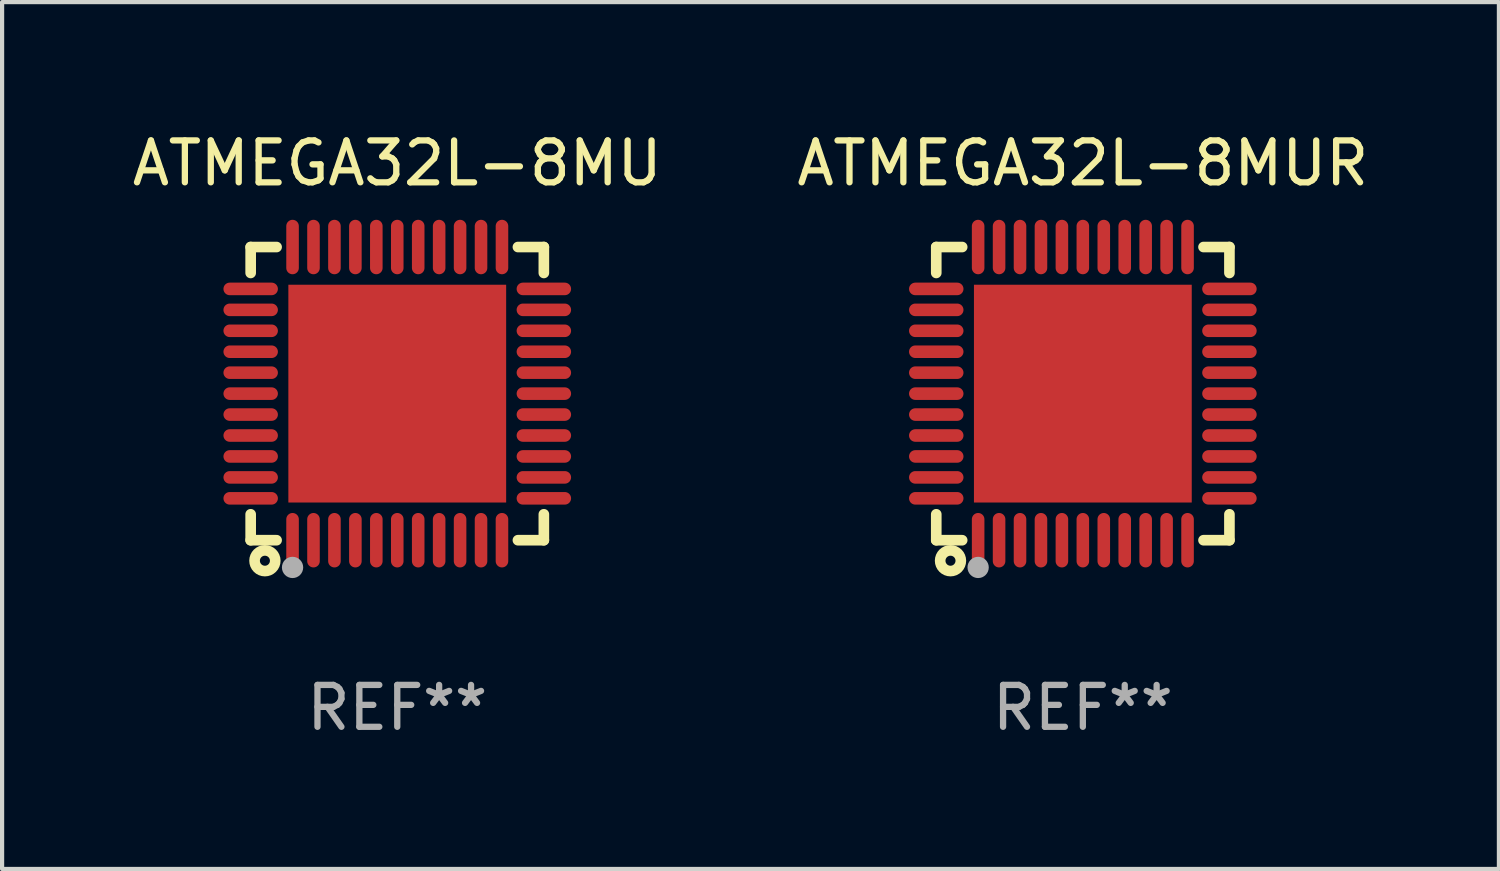
<source format=kicad_pcb>
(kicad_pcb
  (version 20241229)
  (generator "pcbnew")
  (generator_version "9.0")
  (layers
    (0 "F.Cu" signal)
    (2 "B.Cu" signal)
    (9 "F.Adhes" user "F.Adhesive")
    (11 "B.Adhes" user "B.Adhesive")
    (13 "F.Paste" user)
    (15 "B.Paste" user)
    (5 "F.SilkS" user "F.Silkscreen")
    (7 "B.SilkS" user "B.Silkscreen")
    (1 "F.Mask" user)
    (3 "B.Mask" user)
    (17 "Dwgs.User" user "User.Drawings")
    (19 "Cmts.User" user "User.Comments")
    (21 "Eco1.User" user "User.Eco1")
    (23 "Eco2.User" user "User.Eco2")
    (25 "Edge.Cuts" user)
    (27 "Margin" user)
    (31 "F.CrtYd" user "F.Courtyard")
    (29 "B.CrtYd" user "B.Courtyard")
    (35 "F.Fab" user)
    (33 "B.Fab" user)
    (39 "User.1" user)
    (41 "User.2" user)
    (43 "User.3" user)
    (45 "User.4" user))
  (footprint "ATMEGA32L-8MUR"
    (layer "F.Cu")
    (at 22.804 6.348)
    (property "Reference" "ATMEGA32L-8MUR" (at 0 -5.5 0) (layer "F.SilkS") (effects (font (size 1 1) (thickness 0.15))))
    (attr through_hole)
    (fp_line (start -3.5 -3.5) (end -2.881 -3.5) (stroke (width 0.254) (type solid)) (layer "F.SilkS"))
    (fp_line (start -3.5 -2.881) (end -3.5 -3.5) (stroke (width 0.254) (type solid)) (layer "F.SilkS"))
    (fp_line (start -3.5 3.5) (end -3.5 2.881) (stroke (width 0.254) (type solid)) (layer "F.SilkS"))
    (fp_line (start -2.881 3.5) (end -3.5 3.5) (stroke (width 0.254) (type solid)) (layer "F.SilkS"))
    (fp_line (start 2.881 -3.5) (end 3.5 -3.5) (stroke (width 0.254) (type solid)) (layer "F.SilkS"))
    (fp_line (start 3.5 -3.5) (end 3.5 -2.881) (stroke (width 0.254) (type solid)) (layer "F.SilkS"))
    (fp_line (start 3.5 2.881) (end 3.5 3.5) (stroke (width 0.254) (type solid)) (layer "F.SilkS"))
    (fp_line (start 3.5 3.5) (end 2.881 3.5) (stroke (width 0.254) (type solid)) (layer "F.SilkS"))
    (fp_circle (center -3.5 3.5) (end -3.47 3.5) (stroke (width 0.06) (type solid)) (fill no) (layer "F.SilkS"))
    (fp_circle (center -3.16 3.99) (end -3.04 3.99) (stroke (width 0.254) (type solid)) (fill no) (layer "F.SilkS"))
    (fp_circle (center -2.5 4.15) (end -2.373 4.15) (stroke (width 0.254) (type solid)) (fill no) (layer "F.Fab"))
    (fp_text user "REF**" (at 0 7.5 0) (layer "F.Fab") (effects (font (size 1 1) (thickness 0.15))))
    (pad "1" smd oval (at -2.5 3.5 90) (size 1.3 0.3) (layers "F.Cu" "F.Mask" "F.Paste"))
    (pad "2" smd oval (at -2 3.5 90) (size 1.3 0.3) (layers "F.Cu" "F.Mask" "F.Paste"))
    (pad "3" smd oval (at -1.5 3.5 90) (size 1.3 0.3) (layers "F.Cu" "F.Mask" "F.Paste"))
    (pad "4" smd oval (at -1 3.5 90) (size 1.3 0.3) (layers "F.Cu" "F.Mask" "F.Paste"))
    (pad "5" smd oval (at -0.5 3.5 90) (size 1.3 0.3) (layers "F.Cu" "F.Mask" "F.Paste"))
    (pad "6" smd oval (at -0.000127 3.5 90) (size 1.3 0.3) (layers "F.Cu" "F.Mask" "F.Paste"))
    (pad "7" smd oval (at 0.5 3.5 90) (size 1.3 0.3) (layers "F.Cu" "F.Mask" "F.Paste"))
    (pad "8" smd oval (at 1 3.5 90) (size 1.3 0.3) (layers "F.Cu" "F.Mask" "F.Paste"))
    (pad "9" smd oval (at 1.5 3.5 90) (size 1.3 0.3) (layers "F.Cu" "F.Mask" "F.Paste"))
    (pad "10" smd oval (at 2 3.5 90) (size 1.3 0.3) (layers "F.Cu" "F.Mask" "F.Paste"))
    (pad "11" smd oval (at 2.5 3.5 90) (size 1.3 0.3) (layers "F.Cu" "F.Mask" "F.Paste"))
    (pad "12" smd oval (at 3.5 2.5 90) (size 0.3 1.3) (layers "F.Cu" "F.Mask" "F.Paste"))
    (pad "13" smd oval (at 3.5 2 90) (size 0.3 1.3) (layers "F.Cu" "F.Mask" "F.Paste"))
    (pad "14" smd oval (at 3.5 1.5 90) (size 0.3 1.3) (layers "F.Cu" "F.Mask" "F.Paste"))
    (pad "15" smd oval (at 3.5 1 90) (size 0.3 1.3) (layers "F.Cu" "F.Mask" "F.Paste"))
    (pad "16" smd oval (at 3.5 0.5 90) (size 0.3 1.3) (layers "F.Cu" "F.Mask" "F.Paste"))
    (pad "17" smd oval (at 3.5 0.000127 90) (size 0.3 1.3) (layers "F.Cu" "F.Mask" "F.Paste"))
    (pad "18" smd oval (at 3.5 -0.5 90) (size 0.3 1.3) (layers "F.Cu" "F.Mask" "F.Paste"))
    (pad "19" smd oval (at 3.5 -1 90) (size 0.3 1.3) (layers "F.Cu" "F.Mask" "F.Paste"))
    (pad "20" smd oval (at 3.5 -1.5 90) (size 0.3 1.3) (layers "F.Cu" "F.Mask" "F.Paste"))
    (pad "21" smd oval (at 3.5 -2 90) (size 0.3 1.3) (layers "F.Cu" "F.Mask" "F.Paste"))
    (pad "22" smd oval (at 3.5 -2.5 90) (size 0.3 1.3) (layers "F.Cu" "F.Mask" "F.Paste"))
    (pad "23" smd oval (at 2.5 -3.5 90) (size 1.3 0.3) (layers "F.Cu" "F.Mask" "F.Paste"))
    (pad "24" smd oval (at 2 -3.5 90) (size 1.3 0.3) (layers "F.Cu" "F.Mask" "F.Paste"))
    (pad "25" smd oval (at 1.5 -3.5 90) (size 1.3 0.3) (layers "F.Cu" "F.Mask" "F.Paste"))
    (pad "26" smd oval (at 1 -3.5 90) (size 1.3 0.3) (layers "F.Cu" "F.Mask" "F.Paste"))
    (pad "27" smd oval (at 0.5 -3.5 90) (size 1.3 0.3) (layers "F.Cu" "F.Mask" "F.Paste"))
    (pad "28" smd oval (at -0.000127 -3.5 90) (size 1.3 0.3) (layers "F.Cu" "F.Mask" "F.Paste"))
    (pad "29" smd oval (at -0.5 -3.5 90) (size 1.3 0.3) (layers "F.Cu" "F.Mask" "F.Paste"))
    (pad "30" smd oval (at -1 -3.5 90) (size 1.3 0.3) (layers "F.Cu" "F.Mask" "F.Paste"))
    (pad "31" smd oval (at -1.5 -3.5 90) (size 1.3 0.3) (layers "F.Cu" "F.Mask" "F.Paste"))
    (pad "32" smd oval (at -2 -3.5 90) (size 1.3 0.3) (layers "F.Cu" "F.Mask" "F.Paste"))
    (pad "33" smd oval (at -2.5 -3.5 90) (size 1.3 0.3) (layers "F.Cu" "F.Mask" "F.Paste"))
    (pad "34" smd oval (at -3.5 -2.5 90) (size 0.3 1.3) (layers "F.Cu" "F.Mask" "F.Paste"))
    (pad "35" smd oval (at -3.5 -2 90) (size 0.3 1.3) (layers "F.Cu" "F.Mask" "F.Paste"))
    (pad "36" smd oval (at -3.5 -1.5 90) (size 0.3 1.3) (layers "F.Cu" "F.Mask" "F.Paste"))
    (pad "37" smd oval (at -3.5 -1 90) (size 0.3 1.3) (layers "F.Cu" "F.Mask" "F.Paste"))
    (pad "38" smd oval (at -3.5 -0.5 90) (size 0.3 1.3) (layers "F.Cu" "F.Mask" "F.Paste"))
    (pad "39" smd oval (at -3.5 0.000127 90) (size 0.3 1.3) (layers "F.Cu" "F.Mask" "F.Paste"))
    (pad "40" smd oval (at -3.5 0.5 90) (size 0.3 1.3) (layers "F.Cu" "F.Mask" "F.Paste"))
    (pad "41" smd oval (at -3.5 1 90) (size 0.3 1.3) (layers "F.Cu" "F.Mask" "F.Paste"))
    (pad "42" smd oval (at -3.5 1.5 90) (size 0.3 1.3) (layers "F.Cu" "F.Mask" "F.Paste"))
    (pad "43" smd oval (at -3.5 2 90) (size 0.3 1.3) (layers "F.Cu" "F.Mask" "F.Paste"))
    (pad "44" smd oval (at -3.5 2.5 90) (size 0.3 1.3) (layers "F.Cu" "F.Mask" "F.Paste"))
    (pad "45" smd rect (at -0.000127 0.000127 90) (size 5.2 5.2) (layers "F.Cu" "F.Mask" "F.Paste")))
  (footprint "ATMEGA32L-8MU"
    (layer "F.Cu")
    (at 6.435 6.348)
    (property "Reference" "ATMEGA32L-8MU" (at 0 -5.5 0) (layer "F.SilkS") (effects (font (size 1 1) (thickness 0.15))))
    (attr through_hole)
    (fp_line (start -3.5 -3.5) (end -2.881 -3.5) (stroke (width 0.254) (type solid)) (layer "F.SilkS"))
    (fp_line (start -3.5 -2.881) (end -3.5 -3.5) (stroke (width 0.254) (type solid)) (layer "F.SilkS"))
    (fp_line (start -3.5 3.5) (end -3.5 2.881) (stroke (width 0.254) (type solid)) (layer "F.SilkS"))
    (fp_line (start -2.881 3.5) (end -3.5 3.5) (stroke (width 0.254) (type solid)) (layer "F.SilkS"))
    (fp_line (start 2.881 -3.5) (end 3.5 -3.5) (stroke (width 0.254) (type solid)) (layer "F.SilkS"))
    (fp_line (start 3.5 -3.5) (end 3.5 -2.881) (stroke (width 0.254) (type solid)) (layer "F.SilkS"))
    (fp_line (start 3.5 2.881) (end 3.5 3.5) (stroke (width 0.254) (type solid)) (layer "F.SilkS"))
    (fp_line (start 3.5 3.5) (end 2.881 3.5) (stroke (width 0.254) (type solid)) (layer "F.SilkS"))
    (fp_circle (center -3.5 3.5) (end -3.47 3.5) (stroke (width 0.06) (type solid)) (fill no) (layer "F.SilkS"))
    (fp_circle (center -3.16 3.99) (end -3.04 3.99) (stroke (width 0.254) (type solid)) (fill no) (layer "F.SilkS"))
    (fp_circle (center -2.5 4.15) (end -2.373 4.15) (stroke (width 0.254) (type solid)) (fill no) (layer "F.Fab"))
    (fp_text user "REF**" (at 0 7.5 0) (layer "F.Fab") (effects (font (size 1 1) (thickness 0.15))))
    (pad "1" smd oval (at -2.5 3.5 90) (size 1.3 0.3) (layers "F.Cu" "F.Mask" "F.Paste"))
    (pad "2" smd oval (at -2 3.5 90) (size 1.3 0.3) (layers "F.Cu" "F.Mask" "F.Paste"))
    (pad "3" smd oval (at -1.5 3.5 90) (size 1.3 0.3) (layers "F.Cu" "F.Mask" "F.Paste"))
    (pad "4" smd oval (at -1 3.5 90) (size 1.3 0.3) (layers "F.Cu" "F.Mask" "F.Paste"))
    (pad "5" smd oval (at -0.5 3.5 90) (size 1.3 0.3) (layers "F.Cu" "F.Mask" "F.Paste"))
    (pad "6" smd oval (at -0.000127 3.5 90) (size 1.3 0.3) (layers "F.Cu" "F.Mask" "F.Paste"))
    (pad "7" smd oval (at 0.5 3.5 90) (size 1.3 0.3) (layers "F.Cu" "F.Mask" "F.Paste"))
    (pad "8" smd oval (at 1 3.5 90) (size 1.3 0.3) (layers "F.Cu" "F.Mask" "F.Paste"))
    (pad "9" smd oval (at 1.5 3.5 90) (size 1.3 0.3) (layers "F.Cu" "F.Mask" "F.Paste"))
    (pad "10" smd oval (at 2 3.5 90) (size 1.3 0.3) (layers "F.Cu" "F.Mask" "F.Paste"))
    (pad "11" smd oval (at 2.5 3.5 90) (size 1.3 0.3) (layers "F.Cu" "F.Mask" "F.Paste"))
    (pad "12" smd oval (at 3.5 2.5 90) (size 0.3 1.3) (layers "F.Cu" "F.Mask" "F.Paste"))
    (pad "13" smd oval (at 3.5 2 90) (size 0.3 1.3) (layers "F.Cu" "F.Mask" "F.Paste"))
    (pad "14" smd oval (at 3.5 1.5 90) (size 0.3 1.3) (layers "F.Cu" "F.Mask" "F.Paste"))
    (pad "15" smd oval (at 3.5 1 90) (size 0.3 1.3) (layers "F.Cu" "F.Mask" "F.Paste"))
    (pad "16" smd oval (at 3.5 0.5 90) (size 0.3 1.3) (layers "F.Cu" "F.Mask" "F.Paste"))
    (pad "17" smd oval (at 3.5 0.000127 90) (size 0.3 1.3) (layers "F.Cu" "F.Mask" "F.Paste"))
    (pad "18" smd oval (at 3.5 -0.5 90) (size 0.3 1.3) (layers "F.Cu" "F.Mask" "F.Paste"))
    (pad "19" smd oval (at 3.5 -1 90) (size 0.3 1.3) (layers "F.Cu" "F.Mask" "F.Paste"))
    (pad "20" smd oval (at 3.5 -1.5 90) (size 0.3 1.3) (layers "F.Cu" "F.Mask" "F.Paste"))
    (pad "21" smd oval (at 3.5 -2 90) (size 0.3 1.3) (layers "F.Cu" "F.Mask" "F.Paste"))
    (pad "22" smd oval (at 3.5 -2.5 90) (size 0.3 1.3) (layers "F.Cu" "F.Mask" "F.Paste"))
    (pad "23" smd oval (at 2.5 -3.5 90) (size 1.3 0.3) (layers "F.Cu" "F.Mask" "F.Paste"))
    (pad "24" smd oval (at 2 -3.5 90) (size 1.3 0.3) (layers "F.Cu" "F.Mask" "F.Paste"))
    (pad "25" smd oval (at 1.5 -3.5 90) (size 1.3 0.3) (layers "F.Cu" "F.Mask" "F.Paste"))
    (pad "26" smd oval (at 1 -3.5 90) (size 1.3 0.3) (layers "F.Cu" "F.Mask" "F.Paste"))
    (pad "27" smd oval (at 0.5 -3.5 90) (size 1.3 0.3) (layers "F.Cu" "F.Mask" "F.Paste"))
    (pad "28" smd oval (at -0.000127 -3.5 90) (size 1.3 0.3) (layers "F.Cu" "F.Mask" "F.Paste"))
    (pad "29" smd oval (at -0.5 -3.5 90) (size 1.3 0.3) (layers "F.Cu" "F.Mask" "F.Paste"))
    (pad "30" smd oval (at -1 -3.5 90) (size 1.3 0.3) (layers "F.Cu" "F.Mask" "F.Paste"))
    (pad "31" smd oval (at -1.5 -3.5 90) (size 1.3 0.3) (layers "F.Cu" "F.Mask" "F.Paste"))
    (pad "32" smd oval (at -2 -3.5 90) (size 1.3 0.3) (layers "F.Cu" "F.Mask" "F.Paste"))
    (pad "33" smd oval (at -2.5 -3.5 90) (size 1.3 0.3) (layers "F.Cu" "F.Mask" "F.Paste"))
    (pad "34" smd oval (at -3.5 -2.5 90) (size 0.3 1.3) (layers "F.Cu" "F.Mask" "F.Paste"))
    (pad "35" smd oval (at -3.5 -2 90) (size 0.3 1.3) (layers "F.Cu" "F.Mask" "F.Paste"))
    (pad "36" smd oval (at -3.5 -1.5 90) (size 0.3 1.3) (layers "F.Cu" "F.Mask" "F.Paste"))
    (pad "37" smd oval (at -3.5 -1 90) (size 0.3 1.3) (layers "F.Cu" "F.Mask" "F.Paste"))
    (pad "38" smd oval (at -3.5 -0.5 90) (size 0.3 1.3) (layers "F.Cu" "F.Mask" "F.Paste"))
    (pad "39" smd oval (at -3.5 0.000127 90) (size 0.3 1.3) (layers "F.Cu" "F.Mask" "F.Paste"))
    (pad "40" smd oval (at -3.5 0.5 90) (size 0.3 1.3) (layers "F.Cu" "F.Mask" "F.Paste"))
    (pad "41" smd oval (at -3.5 1 90) (size 0.3 1.3) (layers "F.Cu" "F.Mask" "F.Paste"))
    (pad "42" smd oval (at -3.5 1.5 90) (size 0.3 1.3) (layers "F.Cu" "F.Mask" "F.Paste"))
    (pad "43" smd oval (at -3.5 2 90) (size 0.3 1.3) (layers "F.Cu" "F.Mask" "F.Paste"))
    (pad "44" smd oval (at -3.5 2.5 90) (size 0.3 1.3) (layers "F.Cu" "F.Mask" "F.Paste"))
    (pad "45" smd rect (at -0.000127 0.000127 90) (size 5.2 5.2) (layers "F.Cu" "F.Mask" "F.Paste")))
  (gr_rect
    (start -3 -3)
    (end 32.738 17.697)
    (stroke (width 0.1) (type default))
    (fill no)
    (layer "Edge.Cuts")))
</source>
